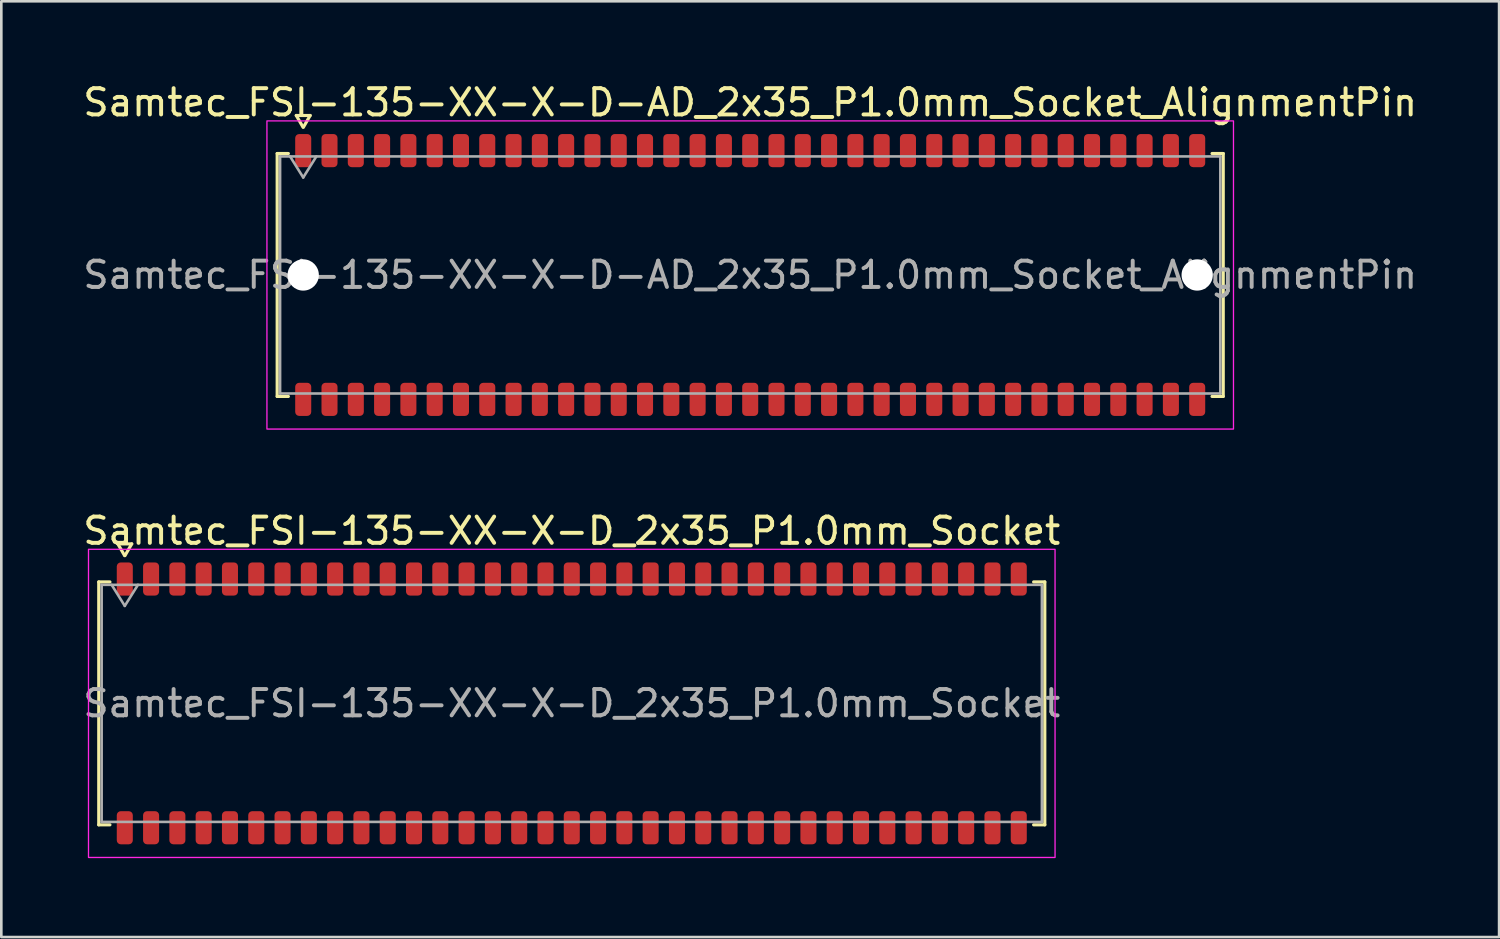
<source format=kicad_pcb>
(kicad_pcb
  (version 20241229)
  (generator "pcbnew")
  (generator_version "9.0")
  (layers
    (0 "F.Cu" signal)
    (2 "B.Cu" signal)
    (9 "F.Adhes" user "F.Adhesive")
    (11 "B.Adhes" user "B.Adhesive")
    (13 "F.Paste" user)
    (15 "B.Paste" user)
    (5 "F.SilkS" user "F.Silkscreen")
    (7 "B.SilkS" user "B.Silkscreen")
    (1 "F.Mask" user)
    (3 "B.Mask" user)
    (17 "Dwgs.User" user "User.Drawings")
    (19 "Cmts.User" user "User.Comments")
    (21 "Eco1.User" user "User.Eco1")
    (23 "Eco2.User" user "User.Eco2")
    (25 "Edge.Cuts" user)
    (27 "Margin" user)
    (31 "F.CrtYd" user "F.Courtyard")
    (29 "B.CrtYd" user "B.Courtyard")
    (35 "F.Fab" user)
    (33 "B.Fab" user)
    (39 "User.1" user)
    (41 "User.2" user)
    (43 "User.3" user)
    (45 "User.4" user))
  (footprint "Samtec_FSI-135-XX-X-D-AD_2x35_P1.0mm_Socket_AlignmentPin"
    (layer "F.Cu")
    (at 25.482 7.408)
    (property "Reference" "Samtec_FSI-135-XX-X-D-AD_2x35_P1.0mm_Socket_AlignmentPin" (at 0 -6.56 0) (layer "F.SilkS") (effects (font (size 1 1) (thickness 0.15))))
    (attr smd)
    (fp_line (start -17.99 -4.619) (end -17.565 -4.619) (stroke (width 0.12) (type solid)) (layer "F.SilkS"))
    (fp_line (start -17.99 4.619) (end -17.99 -4.619) (stroke (width 0.12) (type solid)) (layer "F.SilkS"))
    (fp_line (start -17.565 4.619) (end -17.99 4.619) (stroke (width 0.12) (type solid)) (layer "F.SilkS"))
    (fp_line (start -17.264 -6.066) (end -17.007 -5.62) (stroke (width 0.12) (type solid)) (layer "F.SilkS"))
    (fp_line (start -16.993 -5.62) (end -16.736 -6.066) (stroke (width 0.12) (type solid)) (layer "F.SilkS"))
    (fp_line (start -16.736 -6.066) (end -17.264 -6.066) (stroke (width 0.12) (type solid)) (layer "F.SilkS"))
    (fp_line (start 17.565 -4.619) (end 17.99 -4.619) (stroke (width 0.12) (type solid)) (layer "F.SilkS"))
    (fp_line (start 17.99 -4.619) (end 17.99 4.619) (stroke (width 0.12) (type solid)) (layer "F.SilkS"))
    (fp_line (start 17.99 4.619) (end 17.565 4.619) (stroke (width 0.12) (type solid)) (layer "F.SilkS"))
    (fp_rect (start -18.38 -5.86) (end 18.38 5.86) (stroke (width 0.05) (type solid)) (fill no) (layer "F.CrtYd"))
    (fp_line (start -17.88 -4.508) (end 17.88 -4.508) (stroke (width 0.1) (type solid)) (layer "F.Fab"))
    (fp_line (start -17.88 4.508) (end -17.88 -4.508) (stroke (width 0.1) (type solid)) (layer "F.Fab"))
    (fp_line (start -17.5 -4.508) (end -17 -3.708) (stroke (width 0.1) (type solid)) (layer "F.Fab"))
    (fp_line (start -17 -3.708) (end -16.5 -4.508) (stroke (width 0.1) (type solid)) (layer "F.Fab"))
    (fp_line (start 17.88 -4.508) (end 17.88 4.508) (stroke (width 0.1) (type solid)) (layer "F.Fab"))
    (fp_line (start 17.88 4.508) (end -17.88 4.508) (stroke (width 0.1) (type solid)) (layer "F.Fab"))
    (fp_text user "${REFERENCE}" (at 0 0 0) (layer "F.Fab") (effects (font (size 1 1) (thickness 0.15))))
    (pad "" np_thru_hole circle (at -17 0) (size 1.19 1.19) (drill 1.19) (layers "*.Cu" "*.Mask"))
    (pad "" np_thru_hole circle (at 17 0) (size 1.19 1.19) (drill 1.19) (layers "*.Cu" "*.Mask"))
    (pad "1" smd roundrect (at -17 -4.73) (size 0.61 1.26) (layers "F.Cu" "F.Mask" "F.Paste") (roundrect_rratio 0.25))
    (pad "2" smd roundrect (at -17 4.73) (size 0.61 1.26) (layers "F.Cu" "F.Mask" "F.Paste") (roundrect_rratio 0.25))
    (pad "3" smd roundrect (at -16 -4.73) (size 0.61 1.26) (layers "F.Cu" "F.Mask" "F.Paste") (roundrect_rratio 0.25))
    (pad "4" smd roundrect (at -16 4.73) (size 0.61 1.26) (layers "F.Cu" "F.Mask" "F.Paste") (roundrect_rratio 0.25))
    (pad "5" smd roundrect (at -15 -4.73) (size 0.61 1.26) (layers "F.Cu" "F.Mask" "F.Paste") (roundrect_rratio 0.25))
    (pad "6" smd roundrect (at -15 4.73) (size 0.61 1.26) (layers "F.Cu" "F.Mask" "F.Paste") (roundrect_rratio 0.25))
    (pad "7" smd roundrect (at -14 -4.73) (size 0.61 1.26) (layers "F.Cu" "F.Mask" "F.Paste") (roundrect_rratio 0.25))
    (pad "8" smd roundrect (at -14 4.73) (size 0.61 1.26) (layers "F.Cu" "F.Mask" "F.Paste") (roundrect_rratio 0.25))
    (pad "9" smd roundrect (at -13 -4.73) (size 0.61 1.26) (layers "F.Cu" "F.Mask" "F.Paste") (roundrect_rratio 0.25))
    (pad "10" smd roundrect (at -13 4.73) (size 0.61 1.26) (layers "F.Cu" "F.Mask" "F.Paste") (roundrect_rratio 0.25))
    (pad "11" smd roundrect (at -12 -4.73) (size 0.61 1.26) (layers "F.Cu" "F.Mask" "F.Paste") (roundrect_rratio 0.25))
    (pad "12" smd roundrect (at -12 4.73) (size 0.61 1.26) (layers "F.Cu" "F.Mask" "F.Paste") (roundrect_rratio 0.25))
    (pad "13" smd roundrect (at -11 -4.73) (size 0.61 1.26) (layers "F.Cu" "F.Mask" "F.Paste") (roundrect_rratio 0.25))
    (pad "14" smd roundrect (at -11 4.73) (size 0.61 1.26) (layers "F.Cu" "F.Mask" "F.Paste") (roundrect_rratio 0.25))
    (pad "15" smd roundrect (at -10 -4.73) (size 0.61 1.26) (layers "F.Cu" "F.Mask" "F.Paste") (roundrect_rratio 0.25))
    (pad "16" smd roundrect (at -10 4.73) (size 0.61 1.26) (layers "F.Cu" "F.Mask" "F.Paste") (roundrect_rratio 0.25))
    (pad "17" smd roundrect (at -9 -4.73) (size 0.61 1.26) (layers "F.Cu" "F.Mask" "F.Paste") (roundrect_rratio 0.25))
    (pad "18" smd roundrect (at -9 4.73) (size 0.61 1.26) (layers "F.Cu" "F.Mask" "F.Paste") (roundrect_rratio 0.25))
    (pad "19" smd roundrect (at -8 -4.73) (size 0.61 1.26) (layers "F.Cu" "F.Mask" "F.Paste") (roundrect_rratio 0.25))
    (pad "20" smd roundrect (at -8 4.73) (size 0.61 1.26) (layers "F.Cu" "F.Mask" "F.Paste") (roundrect_rratio 0.25))
    (pad "21" smd roundrect (at -7 -4.73) (size 0.61 1.26) (layers "F.Cu" "F.Mask" "F.Paste") (roundrect_rratio 0.25))
    (pad "22" smd roundrect (at -7 4.73) (size 0.61 1.26) (layers "F.Cu" "F.Mask" "F.Paste") (roundrect_rratio 0.25))
    (pad "23" smd roundrect (at -6 -4.73) (size 0.61 1.26) (layers "F.Cu" "F.Mask" "F.Paste") (roundrect_rratio 0.25))
    (pad "24" smd roundrect (at -6 4.73) (size 0.61 1.26) (layers "F.Cu" "F.Mask" "F.Paste") (roundrect_rratio 0.25))
    (pad "25" smd roundrect (at -5 -4.73) (size 0.61 1.26) (layers "F.Cu" "F.Mask" "F.Paste") (roundrect_rratio 0.25))
    (pad "26" smd roundrect (at -5 4.73) (size 0.61 1.26) (layers "F.Cu" "F.Mask" "F.Paste") (roundrect_rratio 0.25))
    (pad "27" smd roundrect (at -4 -4.73) (size 0.61 1.26) (layers "F.Cu" "F.Mask" "F.Paste") (roundrect_rratio 0.25))
    (pad "28" smd roundrect (at -4 4.73) (size 0.61 1.26) (layers "F.Cu" "F.Mask" "F.Paste") (roundrect_rratio 0.25))
    (pad "29" smd roundrect (at -3 -4.73) (size 0.61 1.26) (layers "F.Cu" "F.Mask" "F.Paste") (roundrect_rratio 0.25))
    (pad "30" smd roundrect (at -3 4.73) (size 0.61 1.26) (layers "F.Cu" "F.Mask" "F.Paste") (roundrect_rratio 0.25))
    (pad "31" smd roundrect (at -2 -4.73) (size 0.61 1.26) (layers "F.Cu" "F.Mask" "F.Paste") (roundrect_rratio 0.25))
    (pad "32" smd roundrect (at -2 4.73) (size 0.61 1.26) (layers "F.Cu" "F.Mask" "F.Paste") (roundrect_rratio 0.25))
    (pad "33" smd roundrect (at -1 -4.73) (size 0.61 1.26) (layers "F.Cu" "F.Mask" "F.Paste") (roundrect_rratio 0.25))
    (pad "34" smd roundrect (at -1 4.73) (size 0.61 1.26) (layers "F.Cu" "F.Mask" "F.Paste") (roundrect_rratio 0.25))
    (pad "35" smd roundrect (at 0 -4.73) (size 0.61 1.26) (layers "F.Cu" "F.Mask" "F.Paste") (roundrect_rratio 0.25))
    (pad "36" smd roundrect (at 0 4.73) (size 0.61 1.26) (layers "F.Cu" "F.Mask" "F.Paste") (roundrect_rratio 0.25))
    (pad "37" smd roundrect (at 1 -4.73) (size 0.61 1.26) (layers "F.Cu" "F.Mask" "F.Paste") (roundrect_rratio 0.25))
    (pad "38" smd roundrect (at 1 4.73) (size 0.61 1.26) (layers "F.Cu" "F.Mask" "F.Paste") (roundrect_rratio 0.25))
    (pad "39" smd roundrect (at 2 -4.73) (size 0.61 1.26) (layers "F.Cu" "F.Mask" "F.Paste") (roundrect_rratio 0.25))
    (pad "40" smd roundrect (at 2 4.73) (size 0.61 1.26) (layers "F.Cu" "F.Mask" "F.Paste") (roundrect_rratio 0.25))
    (pad "41" smd roundrect (at 3 -4.73) (size 0.61 1.26) (layers "F.Cu" "F.Mask" "F.Paste") (roundrect_rratio 0.25))
    (pad "42" smd roundrect (at 3 4.73) (size 0.61 1.26) (layers "F.Cu" "F.Mask" "F.Paste") (roundrect_rratio 0.25))
    (pad "43" smd roundrect (at 4 -4.73) (size 0.61 1.26) (layers "F.Cu" "F.Mask" "F.Paste") (roundrect_rratio 0.25))
    (pad "44" smd roundrect (at 4 4.73) (size 0.61 1.26) (layers "F.Cu" "F.Mask" "F.Paste") (roundrect_rratio 0.25))
    (pad "45" smd roundrect (at 5 -4.73) (size 0.61 1.26) (layers "F.Cu" "F.Mask" "F.Paste") (roundrect_rratio 0.25))
    (pad "46" smd roundrect (at 5 4.73) (size 0.61 1.26) (layers "F.Cu" "F.Mask" "F.Paste") (roundrect_rratio 0.25))
    (pad "47" smd roundrect (at 6 -4.73) (size 0.61 1.26) (layers "F.Cu" "F.Mask" "F.Paste") (roundrect_rratio 0.25))
    (pad "48" smd roundrect (at 6 4.73) (size 0.61 1.26) (layers "F.Cu" "F.Mask" "F.Paste") (roundrect_rratio 0.25))
    (pad "49" smd roundrect (at 7 -4.73) (size 0.61 1.26) (layers "F.Cu" "F.Mask" "F.Paste") (roundrect_rratio 0.25))
    (pad "50" smd roundrect (at 7 4.73) (size 0.61 1.26) (layers "F.Cu" "F.Mask" "F.Paste") (roundrect_rratio 0.25))
    (pad "51" smd roundrect (at 8 -4.73) (size 0.61 1.26) (layers "F.Cu" "F.Mask" "F.Paste") (roundrect_rratio 0.25))
    (pad "52" smd roundrect (at 8 4.73) (size 0.61 1.26) (layers "F.Cu" "F.Mask" "F.Paste") (roundrect_rratio 0.25))
    (pad "53" smd roundrect (at 9 -4.73) (size 0.61 1.26) (layers "F.Cu" "F.Mask" "F.Paste") (roundrect_rratio 0.25))
    (pad "54" smd roundrect (at 9 4.73) (size 0.61 1.26) (layers "F.Cu" "F.Mask" "F.Paste") (roundrect_rratio 0.25))
    (pad "55" smd roundrect (at 10 -4.73) (size 0.61 1.26) (layers "F.Cu" "F.Mask" "F.Paste") (roundrect_rratio 0.25))
    (pad "56" smd roundrect (at 10 4.73) (size 0.61 1.26) (layers "F.Cu" "F.Mask" "F.Paste") (roundrect_rratio 0.25))
    (pad "57" smd roundrect (at 11 -4.73) (size 0.61 1.26) (layers "F.Cu" "F.Mask" "F.Paste") (roundrect_rratio 0.25))
    (pad "58" smd roundrect (at 11 4.73) (size 0.61 1.26) (layers "F.Cu" "F.Mask" "F.Paste") (roundrect_rratio 0.25))
    (pad "59" smd roundrect (at 12 -4.73) (size 0.61 1.26) (layers "F.Cu" "F.Mask" "F.Paste") (roundrect_rratio 0.25))
    (pad "60" smd roundrect (at 12 4.73) (size 0.61 1.26) (layers "F.Cu" "F.Mask" "F.Paste") (roundrect_rratio 0.25))
    (pad "61" smd roundrect (at 13 -4.73) (size 0.61 1.26) (layers "F.Cu" "F.Mask" "F.Paste") (roundrect_rratio 0.25))
    (pad "62" smd roundrect (at 13 4.73) (size 0.61 1.26) (layers "F.Cu" "F.Mask" "F.Paste") (roundrect_rratio 0.25))
    (pad "63" smd roundrect (at 14 -4.73) (size 0.61 1.26) (layers "F.Cu" "F.Mask" "F.Paste") (roundrect_rratio 0.25))
    (pad "64" smd roundrect (at 14 4.73) (size 0.61 1.26) (layers "F.Cu" "F.Mask" "F.Paste") (roundrect_rratio 0.25))
    (pad "65" smd roundrect (at 15 -4.73) (size 0.61 1.26) (layers "F.Cu" "F.Mask" "F.Paste") (roundrect_rratio 0.25))
    (pad "66" smd roundrect (at 15 4.73) (size 0.61 1.26) (layers "F.Cu" "F.Mask" "F.Paste") (roundrect_rratio 0.25))
    (pad "67" smd roundrect (at 16 -4.73) (size 0.61 1.26) (layers "F.Cu" "F.Mask" "F.Paste") (roundrect_rratio 0.25))
    (pad "68" smd roundrect (at 16 4.73) (size 0.61 1.26) (layers "F.Cu" "F.Mask" "F.Paste") (roundrect_rratio 0.25))
    (pad "69" smd roundrect (at 17 -4.73) (size 0.61 1.26) (layers "F.Cu" "F.Mask" "F.Paste") (roundrect_rratio 0.25))
    (pad "70" smd roundrect (at 17 4.73) (size 0.61 1.26) (layers "F.Cu" "F.Mask" "F.Paste") (roundrect_rratio 0.25)))
  (footprint "Samtec_FSI-135-XX-X-D_2x35_P1.0mm_Socket"
    (layer "F.Cu")
    (at 18.696 23.701)
    (property "Reference" "Samtec_FSI-135-XX-X-D_2x35_P1.0mm_Socket" (at 0 -6.56 0) (layer "F.SilkS") (effects (font (size 1 1) (thickness 0.15))))
    (attr smd)
    (fp_line (start -17.99 -4.619) (end -17.565 -4.619) (stroke (width 0.12) (type solid)) (layer "F.SilkS"))
    (fp_line (start -17.99 4.619) (end -17.99 -4.619) (stroke (width 0.12) (type solid)) (layer "F.SilkS"))
    (fp_line (start -17.565 4.619) (end -17.99 4.619) (stroke (width 0.12) (type solid)) (layer "F.SilkS"))
    (fp_line (start -17.264 -6.066) (end -17.007 -5.62) (stroke (width 0.12) (type solid)) (layer "F.SilkS"))
    (fp_line (start -16.993 -5.62) (end -16.736 -6.066) (stroke (width 0.12) (type solid)) (layer "F.SilkS"))
    (fp_line (start -16.736 -6.066) (end -17.264 -6.066) (stroke (width 0.12) (type solid)) (layer "F.SilkS"))
    (fp_line (start 17.565 -4.619) (end 17.99 -4.619) (stroke (width 0.12) (type solid)) (layer "F.SilkS"))
    (fp_line (start 17.99 -4.619) (end 17.99 4.619) (stroke (width 0.12) (type solid)) (layer "F.SilkS"))
    (fp_line (start 17.99 4.619) (end 17.565 4.619) (stroke (width 0.12) (type solid)) (layer "F.SilkS"))
    (fp_rect (start -18.38 -5.86) (end 18.38 5.86) (stroke (width 0.05) (type solid)) (fill no) (layer "F.CrtYd"))
    (fp_line (start -17.88 -4.508) (end 17.88 -4.508) (stroke (width 0.1) (type solid)) (layer "F.Fab"))
    (fp_line (start -17.88 4.508) (end -17.88 -4.508) (stroke (width 0.1) (type solid)) (layer "F.Fab"))
    (fp_line (start -17.5 -4.508) (end -17 -3.708) (stroke (width 0.1) (type solid)) (layer "F.Fab"))
    (fp_line (start -17 -3.708) (end -16.5 -4.508) (stroke (width 0.1) (type solid)) (layer "F.Fab"))
    (fp_line (start 17.88 -4.508) (end 17.88 4.508) (stroke (width 0.1) (type solid)) (layer "F.Fab"))
    (fp_line (start 17.88 4.508) (end -17.88 4.508) (stroke (width 0.1) (type solid)) (layer "F.Fab"))
    (fp_text user "${REFERENCE}" (at 0 0 0) (layer "F.Fab") (effects (font (size 1 1) (thickness 0.15))))
    (pad "1" smd roundrect (at -17 -4.73) (size 0.61 1.26) (layers "F.Cu" "F.Mask" "F.Paste") (roundrect_rratio 0.25))
    (pad "2" smd roundrect (at -17 4.73) (size 0.61 1.26) (layers "F.Cu" "F.Mask" "F.Paste") (roundrect_rratio 0.25))
    (pad "3" smd roundrect (at -16 -4.73) (size 0.61 1.26) (layers "F.Cu" "F.Mask" "F.Paste") (roundrect_rratio 0.25))
    (pad "4" smd roundrect (at -16 4.73) (size 0.61 1.26) (layers "F.Cu" "F.Mask" "F.Paste") (roundrect_rratio 0.25))
    (pad "5" smd roundrect (at -15 -4.73) (size 0.61 1.26) (layers "F.Cu" "F.Mask" "F.Paste") (roundrect_rratio 0.25))
    (pad "6" smd roundrect (at -15 4.73) (size 0.61 1.26) (layers "F.Cu" "F.Mask" "F.Paste") (roundrect_rratio 0.25))
    (pad "7" smd roundrect (at -14 -4.73) (size 0.61 1.26) (layers "F.Cu" "F.Mask" "F.Paste") (roundrect_rratio 0.25))
    (pad "8" smd roundrect (at -14 4.73) (size 0.61 1.26) (layers "F.Cu" "F.Mask" "F.Paste") (roundrect_rratio 0.25))
    (pad "9" smd roundrect (at -13 -4.73) (size 0.61 1.26) (layers "F.Cu" "F.Mask" "F.Paste") (roundrect_rratio 0.25))
    (pad "10" smd roundrect (at -13 4.73) (size 0.61 1.26) (layers "F.Cu" "F.Mask" "F.Paste") (roundrect_rratio 0.25))
    (pad "11" smd roundrect (at -12 -4.73) (size 0.61 1.26) (layers "F.Cu" "F.Mask" "F.Paste") (roundrect_rratio 0.25))
    (pad "12" smd roundrect (at -12 4.73) (size 0.61 1.26) (layers "F.Cu" "F.Mask" "F.Paste") (roundrect_rratio 0.25))
    (pad "13" smd roundrect (at -11 -4.73) (size 0.61 1.26) (layers "F.Cu" "F.Mask" "F.Paste") (roundrect_rratio 0.25))
    (pad "14" smd roundrect (at -11 4.73) (size 0.61 1.26) (layers "F.Cu" "F.Mask" "F.Paste") (roundrect_rratio 0.25))
    (pad "15" smd roundrect (at -10 -4.73) (size 0.61 1.26) (layers "F.Cu" "F.Mask" "F.Paste") (roundrect_rratio 0.25))
    (pad "16" smd roundrect (at -10 4.73) (size 0.61 1.26) (layers "F.Cu" "F.Mask" "F.Paste") (roundrect_rratio 0.25))
    (pad "17" smd roundrect (at -9 -4.73) (size 0.61 1.26) (layers "F.Cu" "F.Mask" "F.Paste") (roundrect_rratio 0.25))
    (pad "18" smd roundrect (at -9 4.73) (size 0.61 1.26) (layers "F.Cu" "F.Mask" "F.Paste") (roundrect_rratio 0.25))
    (pad "19" smd roundrect (at -8 -4.73) (size 0.61 1.26) (layers "F.Cu" "F.Mask" "F.Paste") (roundrect_rratio 0.25))
    (pad "20" smd roundrect (at -8 4.73) (size 0.61 1.26) (layers "F.Cu" "F.Mask" "F.Paste") (roundrect_rratio 0.25))
    (pad "21" smd roundrect (at -7 -4.73) (size 0.61 1.26) (layers "F.Cu" "F.Mask" "F.Paste") (roundrect_rratio 0.25))
    (pad "22" smd roundrect (at -7 4.73) (size 0.61 1.26) (layers "F.Cu" "F.Mask" "F.Paste") (roundrect_rratio 0.25))
    (pad "23" smd roundrect (at -6 -4.73) (size 0.61 1.26) (layers "F.Cu" "F.Mask" "F.Paste") (roundrect_rratio 0.25))
    (pad "24" smd roundrect (at -6 4.73) (size 0.61 1.26) (layers "F.Cu" "F.Mask" "F.Paste") (roundrect_rratio 0.25))
    (pad "25" smd roundrect (at -5 -4.73) (size 0.61 1.26) (layers "F.Cu" "F.Mask" "F.Paste") (roundrect_rratio 0.25))
    (pad "26" smd roundrect (at -5 4.73) (size 0.61 1.26) (layers "F.Cu" "F.Mask" "F.Paste") (roundrect_rratio 0.25))
    (pad "27" smd roundrect (at -4 -4.73) (size 0.61 1.26) (layers "F.Cu" "F.Mask" "F.Paste") (roundrect_rratio 0.25))
    (pad "28" smd roundrect (at -4 4.73) (size 0.61 1.26) (layers "F.Cu" "F.Mask" "F.Paste") (roundrect_rratio 0.25))
    (pad "29" smd roundrect (at -3 -4.73) (size 0.61 1.26) (layers "F.Cu" "F.Mask" "F.Paste") (roundrect_rratio 0.25))
    (pad "30" smd roundrect (at -3 4.73) (size 0.61 1.26) (layers "F.Cu" "F.Mask" "F.Paste") (roundrect_rratio 0.25))
    (pad "31" smd roundrect (at -2 -4.73) (size 0.61 1.26) (layers "F.Cu" "F.Mask" "F.Paste") (roundrect_rratio 0.25))
    (pad "32" smd roundrect (at -2 4.73) (size 0.61 1.26) (layers "F.Cu" "F.Mask" "F.Paste") (roundrect_rratio 0.25))
    (pad "33" smd roundrect (at -1 -4.73) (size 0.61 1.26) (layers "F.Cu" "F.Mask" "F.Paste") (roundrect_rratio 0.25))
    (pad "34" smd roundrect (at -1 4.73) (size 0.61 1.26) (layers "F.Cu" "F.Mask" "F.Paste") (roundrect_rratio 0.25))
    (pad "35" smd roundrect (at 0 -4.73) (size 0.61 1.26) (layers "F.Cu" "F.Mask" "F.Paste") (roundrect_rratio 0.25))
    (pad "36" smd roundrect (at 0 4.73) (size 0.61 1.26) (layers "F.Cu" "F.Mask" "F.Paste") (roundrect_rratio 0.25))
    (pad "37" smd roundrect (at 1 -4.73) (size 0.61 1.26) (layers "F.Cu" "F.Mask" "F.Paste") (roundrect_rratio 0.25))
    (pad "38" smd roundrect (at 1 4.73) (size 0.61 1.26) (layers "F.Cu" "F.Mask" "F.Paste") (roundrect_rratio 0.25))
    (pad "39" smd roundrect (at 2 -4.73) (size 0.61 1.26) (layers "F.Cu" "F.Mask" "F.Paste") (roundrect_rratio 0.25))
    (pad "40" smd roundrect (at 2 4.73) (size 0.61 1.26) (layers "F.Cu" "F.Mask" "F.Paste") (roundrect_rratio 0.25))
    (pad "41" smd roundrect (at 3 -4.73) (size 0.61 1.26) (layers "F.Cu" "F.Mask" "F.Paste") (roundrect_rratio 0.25))
    (pad "42" smd roundrect (at 3 4.73) (size 0.61 1.26) (layers "F.Cu" "F.Mask" "F.Paste") (roundrect_rratio 0.25))
    (pad "43" smd roundrect (at 4 -4.73) (size 0.61 1.26) (layers "F.Cu" "F.Mask" "F.Paste") (roundrect_rratio 0.25))
    (pad "44" smd roundrect (at 4 4.73) (size 0.61 1.26) (layers "F.Cu" "F.Mask" "F.Paste") (roundrect_rratio 0.25))
    (pad "45" smd roundrect (at 5 -4.73) (size 0.61 1.26) (layers "F.Cu" "F.Mask" "F.Paste") (roundrect_rratio 0.25))
    (pad "46" smd roundrect (at 5 4.73) (size 0.61 1.26) (layers "F.Cu" "F.Mask" "F.Paste") (roundrect_rratio 0.25))
    (pad "47" smd roundrect (at 6 -4.73) (size 0.61 1.26) (layers "F.Cu" "F.Mask" "F.Paste") (roundrect_rratio 0.25))
    (pad "48" smd roundrect (at 6 4.73) (size 0.61 1.26) (layers "F.Cu" "F.Mask" "F.Paste") (roundrect_rratio 0.25))
    (pad "49" smd roundrect (at 7 -4.73) (size 0.61 1.26) (layers "F.Cu" "F.Mask" "F.Paste") (roundrect_rratio 0.25))
    (pad "50" smd roundrect (at 7 4.73) (size 0.61 1.26) (layers "F.Cu" "F.Mask" "F.Paste") (roundrect_rratio 0.25))
    (pad "51" smd roundrect (at 8 -4.73) (size 0.61 1.26) (layers "F.Cu" "F.Mask" "F.Paste") (roundrect_rratio 0.25))
    (pad "52" smd roundrect (at 8 4.73) (size 0.61 1.26) (layers "F.Cu" "F.Mask" "F.Paste") (roundrect_rratio 0.25))
    (pad "53" smd roundrect (at 9 -4.73) (size 0.61 1.26) (layers "F.Cu" "F.Mask" "F.Paste") (roundrect_rratio 0.25))
    (pad "54" smd roundrect (at 9 4.73) (size 0.61 1.26) (layers "F.Cu" "F.Mask" "F.Paste") (roundrect_rratio 0.25))
    (pad "55" smd roundrect (at 10 -4.73) (size 0.61 1.26) (layers "F.Cu" "F.Mask" "F.Paste") (roundrect_rratio 0.25))
    (pad "56" smd roundrect (at 10 4.73) (size 0.61 1.26) (layers "F.Cu" "F.Mask" "F.Paste") (roundrect_rratio 0.25))
    (pad "57" smd roundrect (at 11 -4.73) (size 0.61 1.26) (layers "F.Cu" "F.Mask" "F.Paste") (roundrect_rratio 0.25))
    (pad "58" smd roundrect (at 11 4.73) (size 0.61 1.26) (layers "F.Cu" "F.Mask" "F.Paste") (roundrect_rratio 0.25))
    (pad "59" smd roundrect (at 12 -4.73) (size 0.61 1.26) (layers "F.Cu" "F.Mask" "F.Paste") (roundrect_rratio 0.25))
    (pad "60" smd roundrect (at 12 4.73) (size 0.61 1.26) (layers "F.Cu" "F.Mask" "F.Paste") (roundrect_rratio 0.25))
    (pad "61" smd roundrect (at 13 -4.73) (size 0.61 1.26) (layers "F.Cu" "F.Mask" "F.Paste") (roundrect_rratio 0.25))
    (pad "62" smd roundrect (at 13 4.73) (size 0.61 1.26) (layers "F.Cu" "F.Mask" "F.Paste") (roundrect_rratio 0.25))
    (pad "63" smd roundrect (at 14 -4.73) (size 0.61 1.26) (layers "F.Cu" "F.Mask" "F.Paste") (roundrect_rratio 0.25))
    (pad "64" smd roundrect (at 14 4.73) (size 0.61 1.26) (layers "F.Cu" "F.Mask" "F.Paste") (roundrect_rratio 0.25))
    (pad "65" smd roundrect (at 15 -4.73) (size 0.61 1.26) (layers "F.Cu" "F.Mask" "F.Paste") (roundrect_rratio 0.25))
    (pad "66" smd roundrect (at 15 4.73) (size 0.61 1.26) (layers "F.Cu" "F.Mask" "F.Paste") (roundrect_rratio 0.25))
    (pad "67" smd roundrect (at 16 -4.73) (size 0.61 1.26) (layers "F.Cu" "F.Mask" "F.Paste") (roundrect_rratio 0.25))
    (pad "68" smd roundrect (at 16 4.73) (size 0.61 1.26) (layers "F.Cu" "F.Mask" "F.Paste") (roundrect_rratio 0.25))
    (pad "69" smd roundrect (at 17 -4.73) (size 0.61 1.26) (layers "F.Cu" "F.Mask" "F.Paste") (roundrect_rratio 0.25))
    (pad "70" smd roundrect (at 17 4.73) (size 0.61 1.26) (layers "F.Cu" "F.Mask" "F.Paste") (roundrect_rratio 0.25)))
  (gr_rect
    (start -3 -3)
    (end 53.964 32.587)
    (stroke (width 0.1) (type default))
    (fill no)
    (layer "Edge.Cuts")))
</source>
